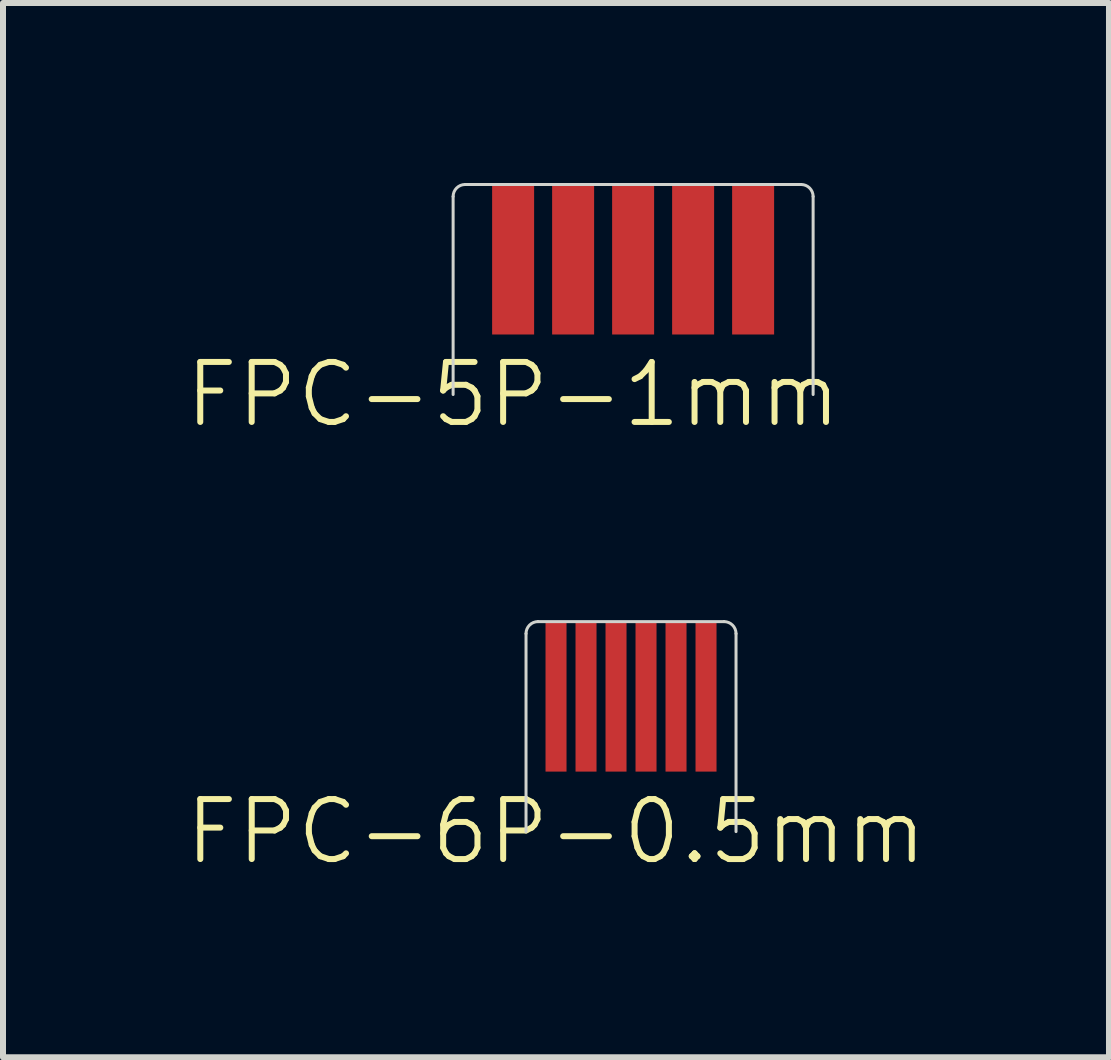
<source format=kicad_pcb>
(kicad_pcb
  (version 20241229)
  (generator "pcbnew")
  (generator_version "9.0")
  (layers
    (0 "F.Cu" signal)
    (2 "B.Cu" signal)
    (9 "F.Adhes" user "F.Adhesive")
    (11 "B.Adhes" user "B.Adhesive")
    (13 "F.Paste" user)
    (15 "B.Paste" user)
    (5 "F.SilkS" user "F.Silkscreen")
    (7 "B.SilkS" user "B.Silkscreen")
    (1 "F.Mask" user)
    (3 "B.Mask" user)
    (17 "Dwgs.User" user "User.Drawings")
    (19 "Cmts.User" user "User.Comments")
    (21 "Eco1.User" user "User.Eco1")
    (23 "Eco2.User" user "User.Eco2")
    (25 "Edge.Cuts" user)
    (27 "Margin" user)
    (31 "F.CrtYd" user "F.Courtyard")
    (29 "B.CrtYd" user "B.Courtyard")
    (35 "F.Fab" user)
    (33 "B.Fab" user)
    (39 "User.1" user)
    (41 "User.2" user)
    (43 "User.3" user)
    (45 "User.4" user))
  (footprint "FPC-6P-0.5mm"
    (layer "F.Cu")
    (at 6.217 8.56)
    (property "Reference" "FPC-6P-0.5mm" (at 0 2.25 0) (unlocked yes) (layer "F.SilkS") (effects (font (size 1 1) (thickness 0.1))))
    (attr smd)
    (fp_line (start -0.5 2.25) (end -0.5 -1.05) (stroke (width 0.05) (type default)) (layer "Edge.Cuts"))
    (fp_line (start -0.3 -1.25) (end 2.8 -1.25) (stroke (width 0.05) (type default)) (layer "Edge.Cuts"))
    (fp_line (start 3 2.25) (end 3 -1.05) (stroke (width 0.05) (type default)) (layer "Edge.Cuts"))
    (fp_arc (start -0.5 -1.05) (mid -0.441421 -1.191421) (end -0.3 -1.25) (stroke (width 0.05) (type default)) (layer "Edge.Cuts"))
    (fp_arc (start 2.8 -1.25) (mid 2.941421 -1.191421) (end 3 -1.05) (stroke (width 0.05) (type default)) (layer "Edge.Cuts"))
    (fp_line (start -0.5 2.25) (end -0.5 -1.05) (stroke (width 0.05) (type default)) (layer "User.1"))
    (fp_line (start -0.5 2.25) (end 3 2.25) (stroke (width 0.05) (type default)) (layer "User.1"))
    (fp_line (start -0.3 -1.25) (end 2.8 -1.25) (stroke (width 0.05) (type default)) (layer "User.1"))
    (fp_line (start 3 2.25) (end 3 -1.05) (stroke (width 0.05) (type default)) (layer "User.1"))
    (fp_arc (start -0.5 -1.05) (mid -0.441421 -1.191421) (end -0.3 -1.25) (stroke (width 0.05) (type default)) (layer "User.1"))
    (fp_arc (start 2.8 -1.25) (mid 2.941421 -1.191421) (end 3 -1.05) (stroke (width 0.05) (type default)) (layer "User.1"))
    (pad "1" smd rect (at 0 0 90) (size 2.5 0.35) (layers "F.Cu" "F.Mask" "F.Paste"))
    (pad "2" smd rect (at 0.5 0 90) (size 2.5 0.35) (layers "F.Cu" "F.Mask" "F.Paste"))
    (pad "3" smd rect (at 1 0 90) (size 2.5 0.35) (layers "F.Cu" "F.Mask" "F.Paste"))
    (pad "4" smd rect (at 1.5 0 90) (size 2.5 0.35) (layers "F.Cu" "F.Mask" "F.Paste"))
    (pad "5" smd rect (at 2 0 90) (size 2.5 0.35) (layers "F.Cu" "F.Mask" "F.Paste"))
    (pad "6" smd rect (at 2.5 0 90) (size 2.5 0.35) (layers "F.Cu" "F.Mask" "F.Paste")))
  (footprint "FPC-5P-1mm"
    (layer "F.Cu")
    (at 5.502 1.275)
    (property "Reference" "FPC-5P-1mm" (at 0 2.25 0) (unlocked yes) (layer "F.SilkS") (effects (font (size 1 1) (thickness 0.1))))
    (attr smd)
    (fp_line (start -1 2.25) (end -1 -1.05) (stroke (width 0.05) (type default)) (layer "Edge.Cuts"))
    (fp_line (start -0.8 -1.25) (end 4.8 -1.25) (stroke (width 0.05) (type default)) (layer "Edge.Cuts"))
    (fp_line (start 5 2.25) (end 5 -1.05) (stroke (width 0.05) (type default)) (layer "Edge.Cuts"))
    (fp_arc (start -1 -1.05) (mid -0.941421 -1.191421) (end -0.8 -1.25) (stroke (width 0.05) (type default)) (layer "Edge.Cuts"))
    (fp_arc (start 4.8 -1.25) (mid 4.941421 -1.191421) (end 5 -1.05) (stroke (width 0.05) (type default)) (layer "Edge.Cuts"))
    (fp_line (start -1 2.25) (end -1 -1.05) (stroke (width 0.05) (type default)) (layer "User.1"))
    (fp_line (start -1 2.25) (end 5 2.25) (stroke (width 0.05) (type default)) (layer "User.1"))
    (fp_line (start -0.8 -1.25) (end 4.8 -1.25) (stroke (width 0.05) (type default)) (layer "User.1"))
    (fp_line (start 5 2.25) (end 5 -1.05) (stroke (width 0.05) (type default)) (layer "User.1"))
    (fp_arc (start -1 -1.05) (mid -0.941421 -1.191421) (end -0.8 -1.25) (stroke (width 0.05) (type default)) (layer "User.1"))
    (fp_arc (start 4.8 -1.25) (mid 4.941421 -1.191421) (end 5 -1.05) (stroke (width 0.05) (type default)) (layer "User.1"))
    (pad "1" smd rect (at 0 0 90) (size 2.5 0.7) (layers "F.Cu" "F.Mask" "F.Paste"))
    (pad "2" smd rect (at 1 0 90) (size 2.5 0.7) (layers "F.Cu" "F.Mask" "F.Paste"))
    (pad "3" smd rect (at 2 0 90) (size 2.5 0.7) (layers "F.Cu" "F.Mask" "F.Paste"))
    (pad "4" smd rect (at 3 0 90) (size 2.5 0.7) (layers "F.Cu" "F.Mask" "F.Paste"))
    (pad "5" smd rect (at 4 0 90) (size 2.5 0.7) (layers "F.Cu" "F.Mask" "F.Paste")))
  (gr_rect
    (start -3 -3)
    (end 15.433 14.571)
    (stroke (width 0.1) (type default))
    (fill no)
    (layer "Edge.Cuts")))
</source>
